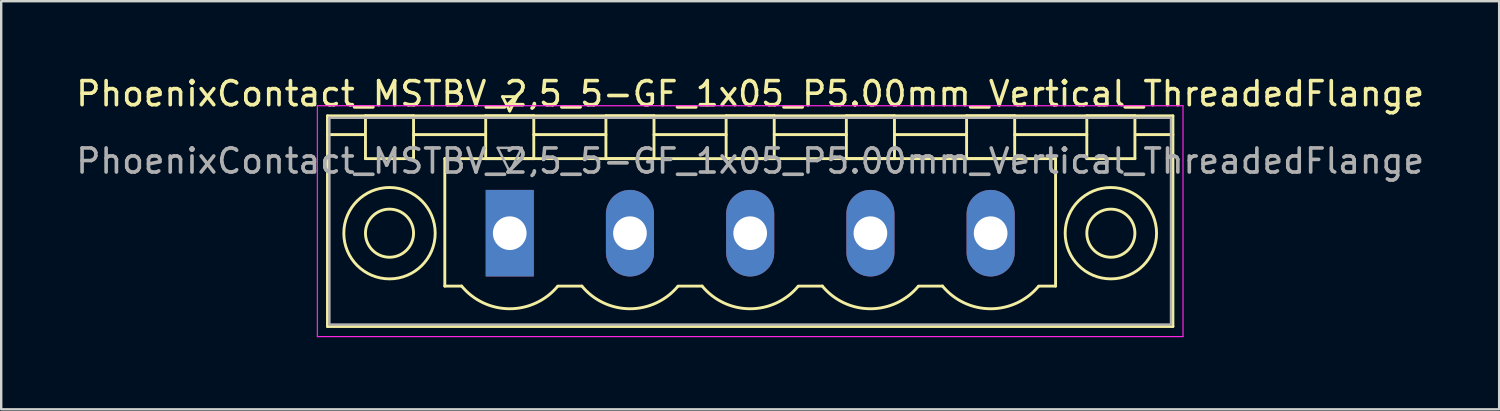
<source format=kicad_pcb>
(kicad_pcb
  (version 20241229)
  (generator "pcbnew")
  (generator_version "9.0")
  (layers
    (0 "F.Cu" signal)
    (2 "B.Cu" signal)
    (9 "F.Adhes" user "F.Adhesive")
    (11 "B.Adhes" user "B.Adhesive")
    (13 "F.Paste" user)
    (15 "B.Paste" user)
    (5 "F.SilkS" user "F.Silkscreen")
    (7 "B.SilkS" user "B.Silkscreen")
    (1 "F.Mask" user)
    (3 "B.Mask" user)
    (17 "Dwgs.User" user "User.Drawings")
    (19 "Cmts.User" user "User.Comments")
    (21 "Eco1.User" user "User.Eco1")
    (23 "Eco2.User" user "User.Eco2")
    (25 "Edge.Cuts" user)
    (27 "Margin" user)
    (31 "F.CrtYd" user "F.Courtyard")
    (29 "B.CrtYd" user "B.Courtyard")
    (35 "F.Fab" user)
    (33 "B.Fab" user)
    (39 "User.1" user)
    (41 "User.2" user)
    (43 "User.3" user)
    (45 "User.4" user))
  (footprint "PhoenixContact_MSTBV_2,5_5-GF_1x05_P5.00mm_Vertical_ThreadedFlange"
    (layer "F.Cu")
    (at 18.149 6.648)
    (property "Reference" "PhoenixContact_MSTBV_2,5_5-GF_1x05_P5.00mm_Vertical_ThreadedFlange" (at 10 -5.8 0) (layer "F.SilkS") (effects (font (size 1 1) (thickness 0.15))))
    (attr through_hole)
    (fp_line (start -7.58 -4.88) (end -7.58 3.88) (stroke (width 0.12) (type solid)) (layer "F.SilkS"))
    (fp_line (start -7.58 -4.1) (end -6.08 -4.1) (stroke (width 0.12) (type solid)) (layer "F.SilkS"))
    (fp_line (start -7.58 3.88) (end 27.58 3.88) (stroke (width 0.12) (type solid)) (layer "F.SilkS"))
    (fp_line (start -6 -4.88) (end -4 -4.88) (stroke (width 0.12) (type solid)) (layer "F.SilkS"))
    (fp_line (start -6 -3.1) (end -6 -4.88) (stroke (width 0.12) (type solid)) (layer "F.SilkS"))
    (fp_line (start -4 -4.88) (end -4 -3.1) (stroke (width 0.12) (type solid)) (layer "F.SilkS"))
    (fp_line (start -4 -4.1) (end -1 -4.1) (stroke (width 0.12) (type solid)) (layer "F.SilkS"))
    (fp_line (start -4 -3.1) (end -6 -3.1) (stroke (width 0.12) (type solid)) (layer "F.SilkS"))
    (fp_line (start -2.7 -3.1) (end 22.7 -3.1) (stroke (width 0.12) (type solid)) (layer "F.SilkS"))
    (fp_line (start -2.7 2.2) (end -2.7 -3.1) (stroke (width 0.12) (type solid)) (layer "F.SilkS"))
    (fp_line (start -2 2.2) (end -2.7 2.2) (stroke (width 0.12) (type solid)) (layer "F.SilkS"))
    (fp_line (start -1 -4.88) (end 1 -4.88) (stroke (width 0.12) (type solid)) (layer "F.SilkS"))
    (fp_line (start -1 -3.1) (end -1 -4.88) (stroke (width 0.12) (type solid)) (layer "F.SilkS"))
    (fp_line (start -0.3 -5.68) (end 0.3 -5.68) (stroke (width 0.12) (type solid)) (layer "F.SilkS"))
    (fp_line (start 0 -5.08) (end -0.3 -5.68) (stroke (width 0.12) (type solid)) (layer "F.SilkS"))
    (fp_line (start 0.3 -5.68) (end 0 -5.08) (stroke (width 0.12) (type solid)) (layer "F.SilkS"))
    (fp_line (start 1 -4.88) (end 1 -3.1) (stroke (width 0.12) (type solid)) (layer "F.SilkS"))
    (fp_line (start 1 -4.1) (end 4 -4.1) (stroke (width 0.12) (type solid)) (layer "F.SilkS"))
    (fp_line (start 1 -3.1) (end -1 -3.1) (stroke (width 0.12) (type solid)) (layer "F.SilkS"))
    (fp_line (start 2 2.2) (end 3 2.2) (stroke (width 0.12) (type solid)) (layer "F.SilkS"))
    (fp_line (start 4 -4.88) (end 6 -4.88) (stroke (width 0.12) (type solid)) (layer "F.SilkS"))
    (fp_line (start 4 -3.1) (end 4 -4.88) (stroke (width 0.12) (type solid)) (layer "F.SilkS"))
    (fp_line (start 6 -4.88) (end 6 -3.1) (stroke (width 0.12) (type solid)) (layer "F.SilkS"))
    (fp_line (start 6 -4.1) (end 9 -4.1) (stroke (width 0.12) (type solid)) (layer "F.SilkS"))
    (fp_line (start 6 -3.1) (end 4 -3.1) (stroke (width 0.12) (type solid)) (layer "F.SilkS"))
    (fp_line (start 7 2.2) (end 8 2.2) (stroke (width 0.12) (type solid)) (layer "F.SilkS"))
    (fp_line (start 9 -4.88) (end 11 -4.88) (stroke (width 0.12) (type solid)) (layer "F.SilkS"))
    (fp_line (start 9 -3.1) (end 9 -4.88) (stroke (width 0.12) (type solid)) (layer "F.SilkS"))
    (fp_line (start 11 -4.88) (end 11 -3.1) (stroke (width 0.12) (type solid)) (layer "F.SilkS"))
    (fp_line (start 11 -4.1) (end 14 -4.1) (stroke (width 0.12) (type solid)) (layer "F.SilkS"))
    (fp_line (start 11 -3.1) (end 9 -3.1) (stroke (width 0.12) (type solid)) (layer "F.SilkS"))
    (fp_line (start 12 2.2) (end 13 2.2) (stroke (width 0.12) (type solid)) (layer "F.SilkS"))
    (fp_line (start 14 -4.88) (end 16 -4.88) (stroke (width 0.12) (type solid)) (layer "F.SilkS"))
    (fp_line (start 14 -3.1) (end 14 -4.88) (stroke (width 0.12) (type solid)) (layer "F.SilkS"))
    (fp_line (start 16 -4.88) (end 16 -3.1) (stroke (width 0.12) (type solid)) (layer "F.SilkS"))
    (fp_line (start 16 -4.1) (end 19 -4.1) (stroke (width 0.12) (type solid)) (layer "F.SilkS"))
    (fp_line (start 16 -3.1) (end 14 -3.1) (stroke (width 0.12) (type solid)) (layer "F.SilkS"))
    (fp_line (start 17 2.2) (end 18 2.2) (stroke (width 0.12) (type solid)) (layer "F.SilkS"))
    (fp_line (start 19 -4.88) (end 21 -4.88) (stroke (width 0.12) (type solid)) (layer "F.SilkS"))
    (fp_line (start 19 -3.1) (end 19 -4.88) (stroke (width 0.12) (type solid)) (layer "F.SilkS"))
    (fp_line (start 21 -4.88) (end 21 -3.1) (stroke (width 0.12) (type solid)) (layer "F.SilkS"))
    (fp_line (start 21 -4.1) (end 24 -4.1) (stroke (width 0.12) (type solid)) (layer "F.SilkS"))
    (fp_line (start 21 -3.1) (end 19 -3.1) (stroke (width 0.12) (type solid)) (layer "F.SilkS"))
    (fp_line (start 22.7 -3.1) (end 22.7 2.2) (stroke (width 0.12) (type solid)) (layer "F.SilkS"))
    (fp_line (start 22.7 2.2) (end 22 2.2) (stroke (width 0.12) (type solid)) (layer "F.SilkS"))
    (fp_line (start 24 -4.88) (end 26 -4.88) (stroke (width 0.12) (type solid)) (layer "F.SilkS"))
    (fp_line (start 24 -3.1) (end 24 -4.88) (stroke (width 0.12) (type solid)) (layer "F.SilkS"))
    (fp_line (start 26 -4.88) (end 26 -3.1) (stroke (width 0.12) (type solid)) (layer "F.SilkS"))
    (fp_line (start 26 -3.1) (end 24 -3.1) (stroke (width 0.12) (type solid)) (layer "F.SilkS"))
    (fp_line (start 27.58 -4.88) (end -7.58 -4.88) (stroke (width 0.12) (type solid)) (layer "F.SilkS"))
    (fp_line (start 27.58 -4.1) (end 26.08 -4.1) (stroke (width 0.12) (type solid)) (layer "F.SilkS"))
    (fp_line (start 27.58 3.88) (end 27.58 -4.88) (stroke (width 0.12) (type solid)) (layer "F.SilkS"))
    (fp_arc (start 1.986842 2.215821) (mid -0.010289 3.142758) (end -2 2.2) (stroke (width 0.12) (type solid)) (layer "F.SilkS"))
    (fp_arc (start 6.986842 2.215821) (mid 4.989711 3.142758) (end 3 2.2) (stroke (width 0.12) (type solid)) (layer "F.SilkS"))
    (fp_arc (start 11.986842 2.215821) (mid 9.989711 3.142758) (end 8 2.2) (stroke (width 0.12) (type solid)) (layer "F.SilkS"))
    (fp_arc (start 16.986842 2.215821) (mid 14.989711 3.142758) (end 13 2.2) (stroke (width 0.12) (type solid)) (layer "F.SilkS"))
    (fp_arc (start 21.986842 2.215821) (mid 19.989711 3.142758) (end 18 2.2) (stroke (width 0.12) (type solid)) (layer "F.SilkS"))
    (fp_circle (center -5 0) (end -4 0) (stroke (width 0.12) (type solid)) (fill no) (layer "F.SilkS"))
    (fp_circle (center -5 0) (end -3.1 0) (stroke (width 0.12) (type solid)) (fill no) (layer "F.SilkS"))
    (fp_circle (center 25 0) (end 26 0) (stroke (width 0.12) (type solid)) (fill no) (layer "F.SilkS"))
    (fp_circle (center 25 0) (end 26.9 0) (stroke (width 0.12) (type solid)) (fill no) (layer "F.SilkS"))
    (fp_line (start -8 -5.3) (end -8 4.3) (stroke (width 0.05) (type solid)) (layer "F.CrtYd"))
    (fp_line (start -8 4.3) (end 28 4.3) (stroke (width 0.05) (type solid)) (layer "F.CrtYd"))
    (fp_line (start 28 -5.3) (end -8 -5.3) (stroke (width 0.05) (type solid)) (layer "F.CrtYd"))
    (fp_line (start 28 4.3) (end 28 -5.3) (stroke (width 0.05) (type solid)) (layer "F.CrtYd"))
    (fp_line (start -7.5 -4.8) (end -7.5 3.8) (stroke (width 0.1) (type solid)) (layer "F.Fab"))
    (fp_line (start -7.5 3.8) (end 27.5 3.8) (stroke (width 0.1) (type solid)) (layer "F.Fab"))
    (fp_line (start -0.5 -3.55) (end 0.5 -3.55) (stroke (width 0.1) (type solid)) (layer "F.Fab"))
    (fp_line (start 0 -2.55) (end -0.5 -3.55) (stroke (width 0.1) (type solid)) (layer "F.Fab"))
    (fp_line (start 0.5 -3.55) (end 0 -2.55) (stroke (width 0.1) (type solid)) (layer "F.Fab"))
    (fp_line (start 27.5 -4.8) (end -7.5 -4.8) (stroke (width 0.1) (type solid)) (layer "F.Fab"))
    (fp_line (start 27.5 3.8) (end 27.5 -4.8) (stroke (width 0.1) (type solid)) (layer "F.Fab"))
    (fp_text user "${REFERENCE}" (at 10 -3 0) (layer "F.Fab") (effects (font (size 1 1) (thickness 0.15))))
    (pad "1" thru_hole rect (at 0 0) (size 2 3.6) (drill 1.4) (layers "*.Cu" "*.Mask"))
    (pad "2" thru_hole oval (at 5 0) (size 2 3.6) (drill 1.4) (layers "*.Cu" "*.Mask"))
    (pad "3" thru_hole oval (at 10 0) (size 2 3.6) (drill 1.4) (layers "*.Cu" "*.Mask"))
    (pad "4" thru_hole oval (at 15 0) (size 2 3.6) (drill 1.4) (layers "*.Cu" "*.Mask"))
    (pad "5" thru_hole oval (at 20 0) (size 2 3.6) (drill 1.4) (layers "*.Cu" "*.Mask")))
  (gr_rect
    (start -3 -3)
    (end 59.298 13.973)
    (stroke (width 0.1) (type default))
    (fill no)
    (layer "Edge.Cuts")))
</source>
